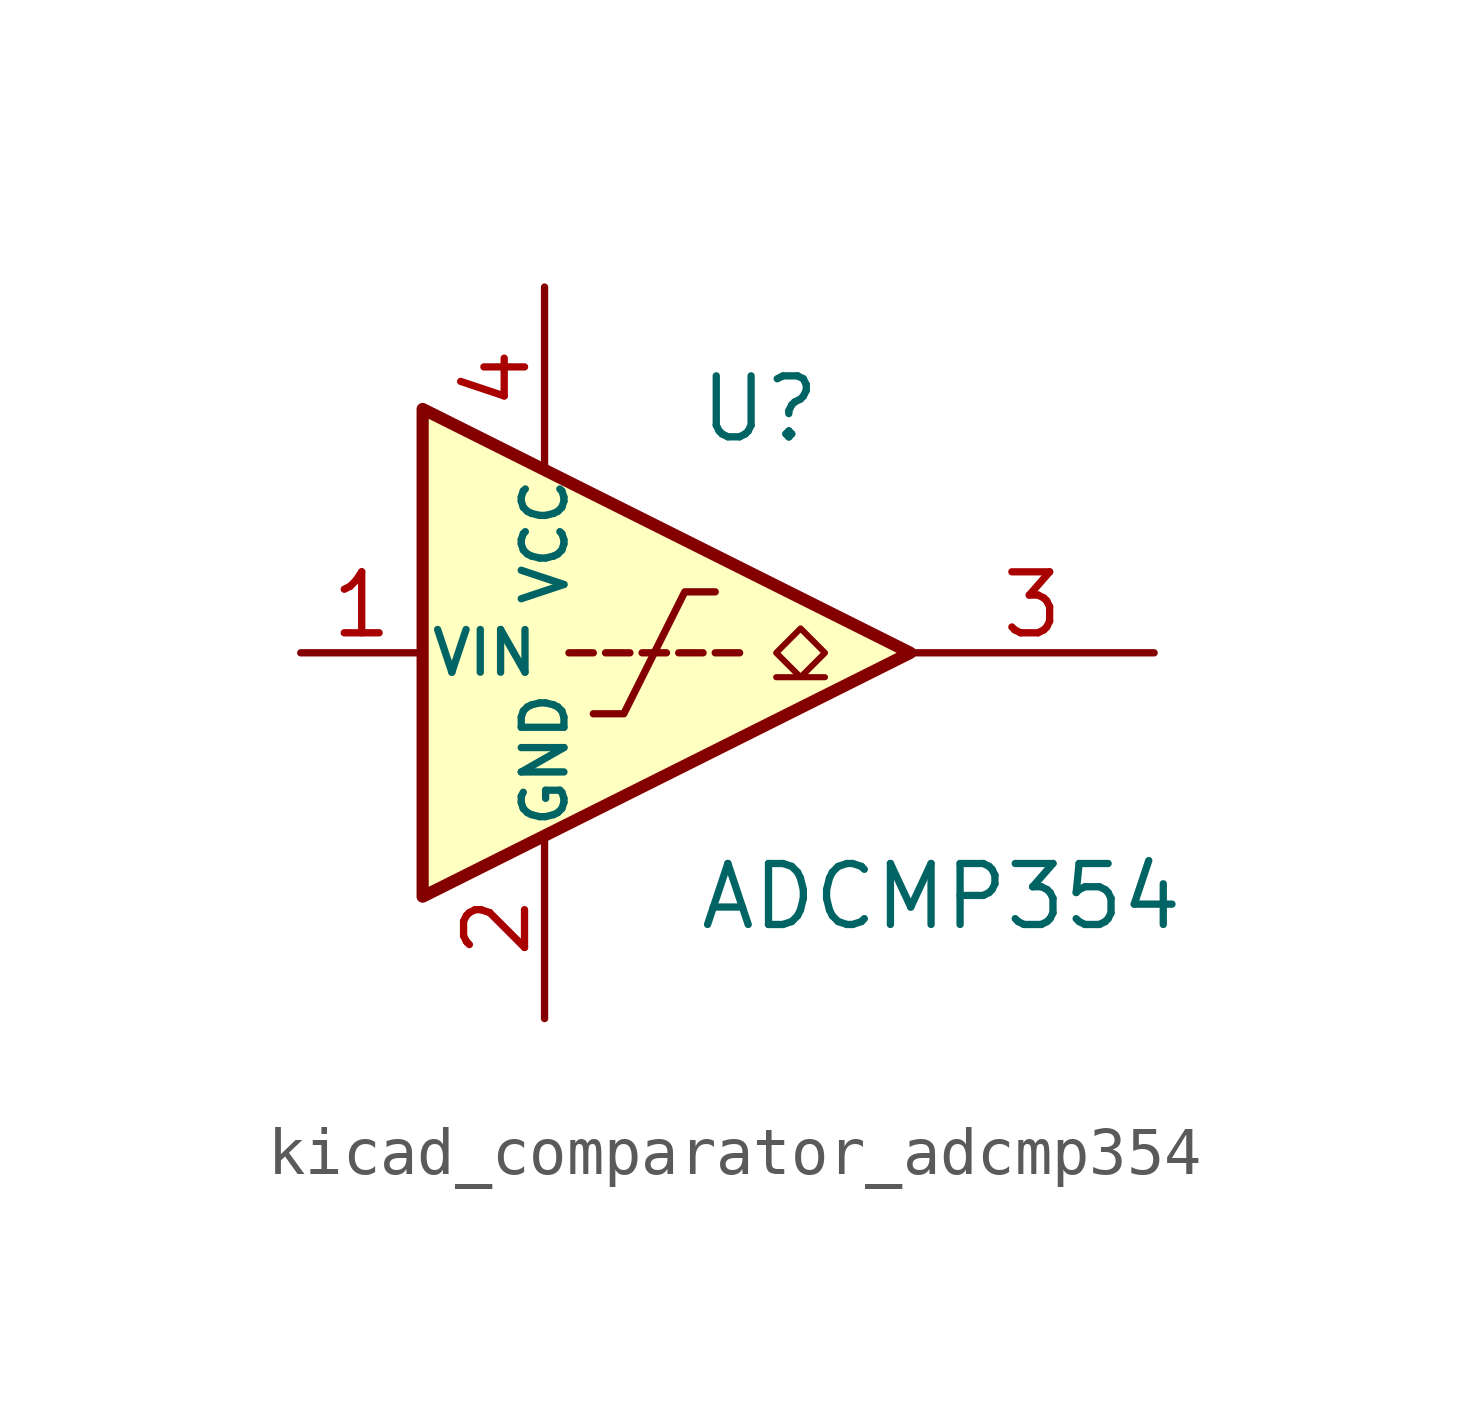
<source format=kicad_sym>
(kicad_symbol_lib
  (version 20220914)
  (generator kicad_symbol_editor)
  (symbol "kicad_comparator_adcmp354"
    (pin_names
      (offset 0.127))
    (property "Reference" "U"
      (at 3.175 5.08 0)
      (effects (font (size 1.27 1.27)) (justify left)))
    (property "Value" "ADCMP354"
      (at 3.175 -5.08 0)
      (effects (font (size 1.27 1.27)) (justify left)))
    (symbol "kicad_comparator_adcmp354_0_1"
      (polyline (pts (xy 1.016 0) (xy 0.508 0)) (stroke (width 0) (type default)) (fill (type none)))
      (polyline (pts (xy 1.778 0) (xy 1.27 0)) (stroke (width 0) (type default)) (fill (type none)))
      (polyline (pts (xy 2.032 0) (xy 2.54 0)) (stroke (width 0) (type default)) (fill (type none)))
      (polyline (pts (xy 2.794 0) (xy 3.302 0)) (stroke (width 0) (type default)) (fill (type none)))
      (polyline (pts (xy 3.556 0) (xy 4.064 0)) (stroke (width 0) (type default)) (fill (type none)))
      (polyline (pts (xy -2.54 5.08) (xy 7.62 0) (xy -2.54 -5.08) (xy -2.54 5.08)) (stroke (width 0.254) (type default)) (fill (type background)))
      (polyline (pts (xy 1.016 -1.27) (xy 1.651 -1.27) (xy 2.921 1.27) (xy 3.556 1.27)) (stroke (width 0) (type default)) (fill (type none)))
      (polyline (pts (xy 4.826 -0.508) (xy 5.334 -0.508) (xy 4.826 0) (xy 5.334 0.508) (xy 5.842 0) (xy 5.334 -0.508) (xy 5.842 -0.508)) (stroke (width 0.127) (type default)) (fill (type none))))
    (symbol "kicad_comparator_adcmp354_1_1"
      (pin input line (at -5.08 0 0) (length 2.54) (name "VIN" (effects (font (size 0.889 0.889)))) (number "1" (effects (font (size 1.27 1.27)))))
      (pin power_in line (at 0 -7.62 90) (length 3.81) (name "GND" (effects (font (size 0.889 0.889)))) (number "2" (effects (font (size 1.27 1.27)))))
      (pin open_collector line (at 12.7 0 180) (length 5.08) (name "~" (effects (font (size 1.27 1.27)))) (number "3" (effects (font (size 1.27 1.27)))))
      (pin power_in line (at 0 7.62 270) (length 3.81) (name "VCC" (effects (font (size 0.889 0.889)))) (number "4" (effects (font (size 1.27 1.27))))))))
</source>
